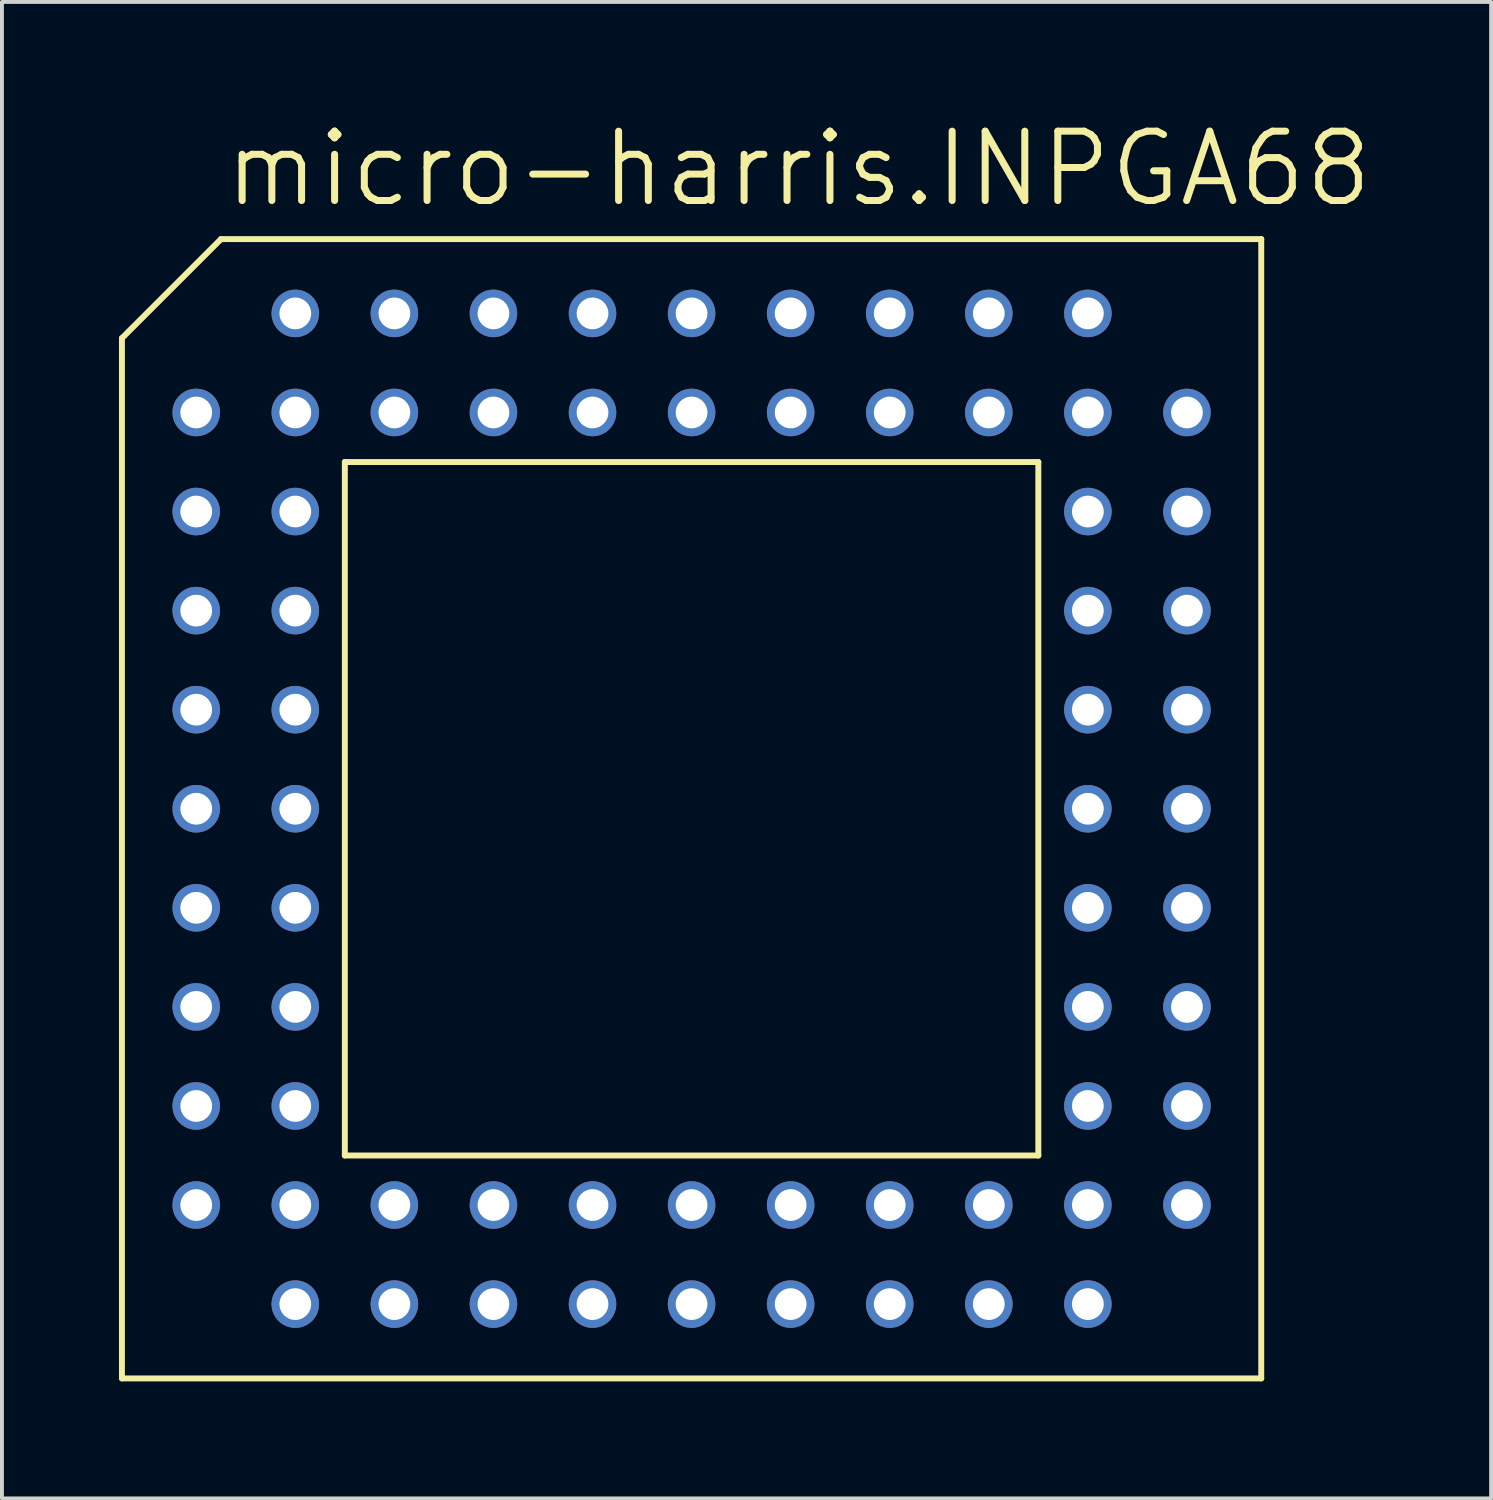
<source format=kicad_pcb>
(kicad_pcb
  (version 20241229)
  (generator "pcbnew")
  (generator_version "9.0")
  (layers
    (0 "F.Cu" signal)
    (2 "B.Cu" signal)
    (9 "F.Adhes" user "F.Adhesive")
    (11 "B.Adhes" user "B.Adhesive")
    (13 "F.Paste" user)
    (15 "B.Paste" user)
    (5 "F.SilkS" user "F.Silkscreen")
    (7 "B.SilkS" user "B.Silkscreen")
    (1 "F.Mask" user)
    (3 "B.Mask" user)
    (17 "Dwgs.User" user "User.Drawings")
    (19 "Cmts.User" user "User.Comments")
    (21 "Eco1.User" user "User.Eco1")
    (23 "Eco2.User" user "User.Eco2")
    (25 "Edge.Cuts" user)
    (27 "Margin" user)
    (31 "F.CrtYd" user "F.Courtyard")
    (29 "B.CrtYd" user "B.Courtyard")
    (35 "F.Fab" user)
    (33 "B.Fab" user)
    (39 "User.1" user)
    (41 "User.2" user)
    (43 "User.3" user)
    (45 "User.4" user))
  (footprint "micro-harris.INPGA68"
    (layer "F.Cu")
    (at 14.681 17.685)
    (property "Reference" "micro-harris.INPGA68" (at -12.065 -15.367 0) (layer "F.SilkS") (effects (font (size 1.778 1.778) (thickness 0.18)) (justify left bottom)))
    (attr through_hole)
    (fp_line (start -14.605 -12.065) (end -12.065 -14.605) (stroke (width 0.152) (type default)) (layer "F.SilkS"))
    (fp_line (start -14.605 14.605) (end -14.605 -12.065) (stroke (width 0.152) (type default)) (layer "F.SilkS"))
    (fp_line (start -12.065 -14.605) (end 14.605 -14.605) (stroke (width 0.152) (type default)) (layer "F.SilkS"))
    (fp_line (start -8.89 8.89) (end -8.89 -8.89) (stroke (width 0.152) (type default)) (layer "F.SilkS"))
    (fp_line (start -8.89 8.89) (end 8.89 8.89) (stroke (width 0.152) (type default)) (layer "F.SilkS"))
    (fp_line (start 8.89 -8.89) (end -8.89 -8.89) (stroke (width 0.152) (type default)) (layer "F.SilkS"))
    (fp_line (start 8.89 -8.89) (end 8.89 8.89) (stroke (width 0.152) (type default)) (layer "F.SilkS"))
    (fp_line (start 14.605 -14.605) (end 14.605 14.605) (stroke (width 0.152) (type default)) (layer "F.SilkS"))
    (fp_line (start 14.605 14.605) (end -14.605 14.605) (stroke (width 0.152) (type default)) (layer "F.SilkS"))
    (pad "1" thru_hole circle (at -12.7 -10.16) (size 1.219 1.219) (drill 0.813) (layers "*.Cu" "*.Mask"))
    (pad "2" thru_hole circle (at -10.16 -10.16) (size 1.219 1.219) (drill 0.813) (layers "*.Cu" "*.Mask"))
    (pad "3" thru_hole circle (at -12.7 -7.62) (size 1.219 1.219) (drill 0.813) (layers "*.Cu" "*.Mask"))
    (pad "4" thru_hole circle (at -10.16 -7.62) (size 1.219 1.219) (drill 0.813) (layers "*.Cu" "*.Mask"))
    (pad "5" thru_hole circle (at -12.7 -5.08) (size 1.219 1.219) (drill 0.813) (layers "*.Cu" "*.Mask"))
    (pad "6" thru_hole circle (at -10.16 -5.08) (size 1.219 1.219) (drill 0.813) (layers "*.Cu" "*.Mask"))
    (pad "7" thru_hole circle (at -12.7 -2.54) (size 1.219 1.219) (drill 0.813) (layers "*.Cu" "*.Mask"))
    (pad "8" thru_hole circle (at -10.16 -2.54) (size 1.219 1.219) (drill 0.813) (layers "*.Cu" "*.Mask"))
    (pad "9" thru_hole circle (at -12.7 0) (size 1.219 1.219) (drill 0.813) (layers "*.Cu" "*.Mask"))
    (pad "10" thru_hole circle (at -10.16 0) (size 1.219 1.219) (drill 0.813) (layers "*.Cu" "*.Mask"))
    (pad "11" thru_hole circle (at -12.7 2.54) (size 1.219 1.219) (drill 0.813) (layers "*.Cu" "*.Mask"))
    (pad "12" thru_hole circle (at -10.16 2.54) (size 1.219 1.219) (drill 0.813) (layers "*.Cu" "*.Mask"))
    (pad "13" thru_hole circle (at -12.7 5.08) (size 1.219 1.219) (drill 0.813) (layers "*.Cu" "*.Mask"))
    (pad "14" thru_hole circle (at -10.16 5.08) (size 1.219 1.219) (drill 0.813) (layers "*.Cu" "*.Mask"))
    (pad "15" thru_hole circle (at -12.7 7.62) (size 1.219 1.219) (drill 0.813) (layers "*.Cu" "*.Mask"))
    (pad "16" thru_hole circle (at -10.16 7.62) (size 1.219 1.219) (drill 0.813) (layers "*.Cu" "*.Mask"))
    (pad "17" thru_hole circle (at -12.7 10.16) (size 1.219 1.219) (drill 0.813) (layers "*.Cu" "*.Mask"))
    (pad "18" thru_hole circle (at -10.16 12.7) (size 1.219 1.219) (drill 0.813) (layers "*.Cu" "*.Mask"))
    (pad "19" thru_hole circle (at -10.16 10.16) (size 1.219 1.219) (drill 0.813) (layers "*.Cu" "*.Mask"))
    (pad "20" thru_hole circle (at -7.62 12.7) (size 1.219 1.219) (drill 0.813) (layers "*.Cu" "*.Mask"))
    (pad "21" thru_hole circle (at -7.62 10.16) (size 1.219 1.219) (drill 0.813) (layers "*.Cu" "*.Mask"))
    (pad "22" thru_hole circle (at -5.08 12.7) (size 1.219 1.219) (drill 0.813) (layers "*.Cu" "*.Mask"))
    (pad "23" thru_hole circle (at -5.08 10.16) (size 1.219 1.219) (drill 0.813) (layers "*.Cu" "*.Mask"))
    (pad "24" thru_hole circle (at -2.54 12.7) (size 1.219 1.219) (drill 0.813) (layers "*.Cu" "*.Mask"))
    (pad "25" thru_hole circle (at -2.54 10.16) (size 1.219 1.219) (drill 0.813) (layers "*.Cu" "*.Mask"))
    (pad "26" thru_hole circle (at 0 12.7) (size 1.219 1.219) (drill 0.813) (layers "*.Cu" "*.Mask"))
    (pad "27" thru_hole circle (at 0 10.16) (size 1.219 1.219) (drill 0.813) (layers "*.Cu" "*.Mask"))
    (pad "28" thru_hole circle (at 2.54 12.7) (size 1.219 1.219) (drill 0.813) (layers "*.Cu" "*.Mask"))
    (pad "29" thru_hole circle (at 2.54 10.16) (size 1.219 1.219) (drill 0.813) (layers "*.Cu" "*.Mask"))
    (pad "30" thru_hole circle (at 5.08 12.7) (size 1.219 1.219) (drill 0.813) (layers "*.Cu" "*.Mask"))
    (pad "31" thru_hole circle (at 5.08 10.16) (size 1.219 1.219) (drill 0.813) (layers "*.Cu" "*.Mask"))
    (pad "32" thru_hole circle (at 7.62 12.7) (size 1.219 1.219) (drill 0.813) (layers "*.Cu" "*.Mask"))
    (pad "33" thru_hole circle (at 7.62 10.16) (size 1.219 1.219) (drill 0.813) (layers "*.Cu" "*.Mask"))
    (pad "34" thru_hole circle (at 10.16 12.7) (size 1.219 1.219) (drill 0.813) (layers "*.Cu" "*.Mask"))
    (pad "35" thru_hole circle (at 12.7 10.16) (size 1.219 1.219) (drill 0.813) (layers "*.Cu" "*.Mask"))
    (pad "36" thru_hole circle (at 10.16 10.16) (size 1.219 1.219) (drill 0.813) (layers "*.Cu" "*.Mask"))
    (pad "37" thru_hole circle (at 12.7 7.62) (size 1.219 1.219) (drill 0.813) (layers "*.Cu" "*.Mask"))
    (pad "38" thru_hole circle (at 10.16 7.62) (size 1.219 1.219) (drill 0.813) (layers "*.Cu" "*.Mask"))
    (pad "39" thru_hole circle (at 12.7 5.08) (size 1.219 1.219) (drill 0.813) (layers "*.Cu" "*.Mask"))
    (pad "40" thru_hole circle (at 10.16 5.08) (size 1.219 1.219) (drill 0.813) (layers "*.Cu" "*.Mask"))
    (pad "41" thru_hole circle (at 12.7 2.54) (size 1.219 1.219) (drill 0.813) (layers "*.Cu" "*.Mask"))
    (pad "42" thru_hole circle (at 10.16 2.54) (size 1.219 1.219) (drill 0.813) (layers "*.Cu" "*.Mask"))
    (pad "43" thru_hole circle (at 12.7 0) (size 1.219 1.219) (drill 0.813) (layers "*.Cu" "*.Mask"))
    (pad "44" thru_hole circle (at 10.16 0) (size 1.219 1.219) (drill 0.813) (layers "*.Cu" "*.Mask"))
    (pad "45" thru_hole circle (at 12.7 -2.54) (size 1.219 1.219) (drill 0.813) (layers "*.Cu" "*.Mask"))
    (pad "46" thru_hole circle (at 10.16 -2.54) (size 1.219 1.219) (drill 0.813) (layers "*.Cu" "*.Mask"))
    (pad "47" thru_hole circle (at 12.7 -5.08) (size 1.219 1.219) (drill 0.813) (layers "*.Cu" "*.Mask"))
    (pad "48" thru_hole circle (at 10.16 -5.08) (size 1.219 1.219) (drill 0.813) (layers "*.Cu" "*.Mask"))
    (pad "49" thru_hole circle (at 12.7 -7.62) (size 1.219 1.219) (drill 0.813) (layers "*.Cu" "*.Mask"))
    (pad "50" thru_hole circle (at 10.16 -7.62) (size 1.219 1.219) (drill 0.813) (layers "*.Cu" "*.Mask"))
    (pad "51" thru_hole circle (at 12.7 -10.16) (size 1.219 1.219) (drill 0.813) (layers "*.Cu" "*.Mask"))
    (pad "52" thru_hole circle (at 10.16 -12.7) (size 1.219 1.219) (drill 0.813) (layers "*.Cu" "*.Mask"))
    (pad "53" thru_hole circle (at 10.16 -10.16) (size 1.219 1.219) (drill 0.813) (layers "*.Cu" "*.Mask"))
    (pad "54" thru_hole circle (at 7.62 -12.7) (size 1.219 1.219) (drill 0.813) (layers "*.Cu" "*.Mask"))
    (pad "55" thru_hole circle (at 7.62 -10.16) (size 1.219 1.219) (drill 0.813) (layers "*.Cu" "*.Mask"))
    (pad "56" thru_hole circle (at 5.08 -12.7) (size 1.219 1.219) (drill 0.813) (layers "*.Cu" "*.Mask"))
    (pad "57" thru_hole circle (at 5.08 -10.16) (size 1.219 1.219) (drill 0.813) (layers "*.Cu" "*.Mask"))
    (pad "58" thru_hole circle (at 2.54 -12.7) (size 1.219 1.219) (drill 0.813) (layers "*.Cu" "*.Mask"))
    (pad "59" thru_hole circle (at 2.54 -10.16) (size 1.219 1.219) (drill 0.813) (layers "*.Cu" "*.Mask"))
    (pad "60" thru_hole circle (at 0 -12.7) (size 1.219 1.219) (drill 0.813) (layers "*.Cu" "*.Mask"))
    (pad "61" thru_hole circle (at 0 -10.16) (size 1.219 1.219) (drill 0.813) (layers "*.Cu" "*.Mask"))
    (pad "62" thru_hole circle (at -2.54 -12.7) (size 1.219 1.219) (drill 0.813) (layers "*.Cu" "*.Mask"))
    (pad "63" thru_hole circle (at -2.54 -10.16) (size 1.219 1.219) (drill 0.813) (layers "*.Cu" "*.Mask"))
    (pad "64" thru_hole circle (at -5.08 -12.7) (size 1.219 1.219) (drill 0.813) (layers "*.Cu" "*.Mask"))
    (pad "65" thru_hole circle (at -5.08 -10.16) (size 1.219 1.219) (drill 0.813) (layers "*.Cu" "*.Mask"))
    (pad "66" thru_hole circle (at -7.62 -12.7) (size 1.219 1.219) (drill 0.813) (layers "*.Cu" "*.Mask"))
    (pad "67" thru_hole circle (at -7.62 -10.16) (size 1.219 1.219) (drill 0.813) (layers "*.Cu" "*.Mask"))
    (pad "68" thru_hole circle (at -10.16 -12.7) (size 1.219 1.219) (drill 0.813) (layers "*.Cu" "*.Mask")))
  (gr_rect
    (start -3 -3)
    (end 35.18 35.366)
    (stroke (width 0.1) (type default))
    (fill no)
    (layer "Edge.Cuts")))
</source>
